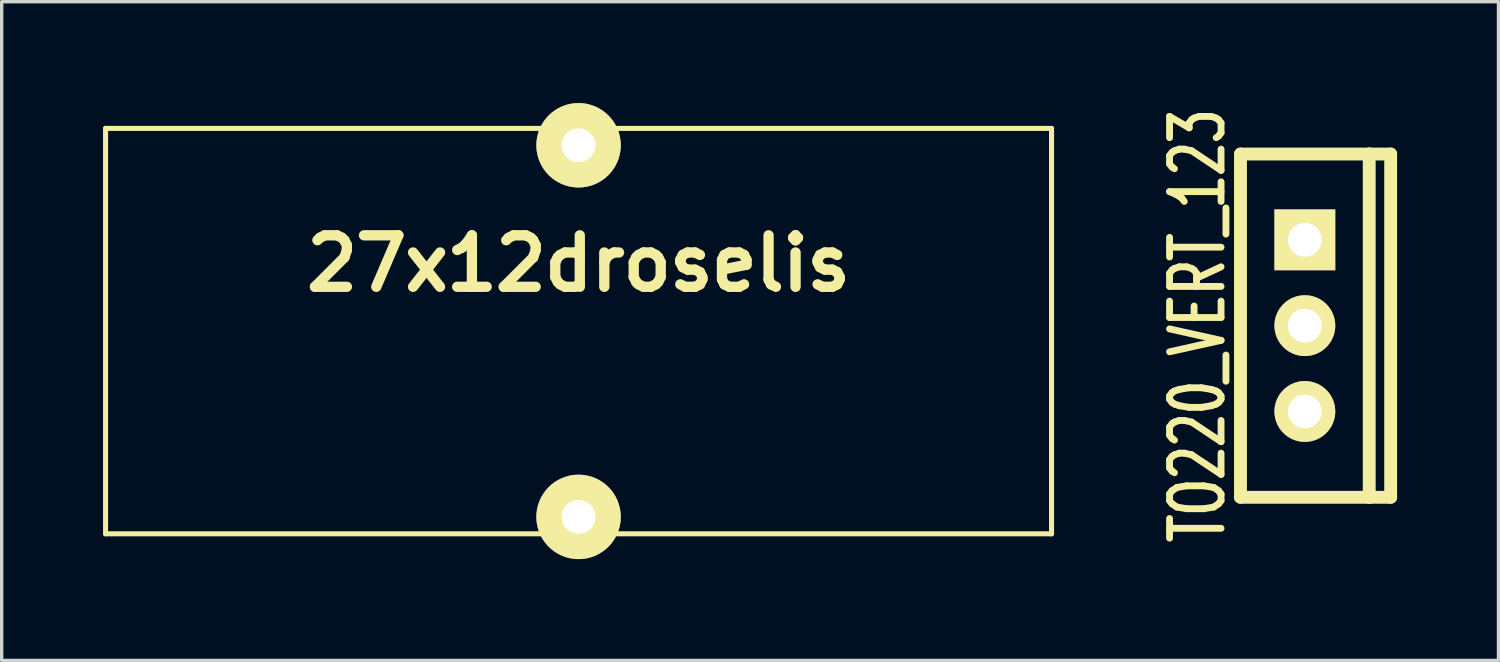
<source format=kicad_pcb>
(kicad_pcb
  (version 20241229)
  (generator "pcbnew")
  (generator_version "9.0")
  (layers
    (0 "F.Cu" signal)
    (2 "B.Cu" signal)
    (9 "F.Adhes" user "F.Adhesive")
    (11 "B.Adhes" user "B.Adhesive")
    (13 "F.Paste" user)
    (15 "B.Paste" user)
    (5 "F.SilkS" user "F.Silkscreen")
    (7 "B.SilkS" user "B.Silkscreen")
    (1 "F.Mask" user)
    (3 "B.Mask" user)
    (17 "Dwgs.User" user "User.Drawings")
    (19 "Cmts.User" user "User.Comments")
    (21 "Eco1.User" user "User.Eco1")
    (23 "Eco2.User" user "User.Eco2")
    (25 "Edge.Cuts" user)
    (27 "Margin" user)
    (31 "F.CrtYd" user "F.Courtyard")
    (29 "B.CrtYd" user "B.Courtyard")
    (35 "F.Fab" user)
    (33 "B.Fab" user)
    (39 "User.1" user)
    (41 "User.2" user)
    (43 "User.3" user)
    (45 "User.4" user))
  (footprint "27x12droselis"
    (layer "F.Cu")
    (at 14.075 6.75)
    (property "Reference" "27x12droselis" (at 0 -2 0) (layer "F.SilkS") (effects (font (size 1.524 1.524) (thickness 0.305))))
    (attr through_hole)
    (fp_line (start -14 -6) (end 0 -6) (stroke (width 0.15) (type solid)) (layer "F.SilkS"))
    (fp_line (start -14 6) (end -14 -6) (stroke (width 0.15) (type solid)) (layer "F.SilkS"))
    (fp_line (start 0 -6) (end 14 -6) (stroke (width 0.15) (type solid)) (layer "F.SilkS"))
    (fp_line (start 14 -6) (end 14 6) (stroke (width 0.15) (type solid)) (layer "F.SilkS"))
    (fp_line (start 14 6) (end -14 6) (stroke (width 0.15) (type solid)) (layer "F.SilkS"))
    (pad "1" thru_hole circle (at 0 5.5) (size 2.499 2.499) (drill 1.001) (layers "*.Cu" "*.Mask" "F.SilkS"))
    (pad "2" thru_hole circle (at 0 -5.5) (size 2.499 2.499) (drill 1.001) (layers "*.Cu" "*.Mask" "F.SilkS")))
  (footprint "TO220_VERT_123"
    (layer "F.Cu")
    (at 35.573 6.589)
    (property "Reference" "TO220_VERT_123" (at -3.175 0 90) (layer "F.SilkS") (effects (font (size 1.524 1.016) (thickness 0.203))))
    (attr through_hole)
    (fp_line (start -1.905 -5.08) (end 1.905 -5.08) (stroke (width 0.381) (type solid)) (layer "F.SilkS"))
    (fp_line (start -1.905 5.08) (end -1.905 -5.08) (stroke (width 0.381) (type solid)) (layer "F.SilkS"))
    (fp_line (start 1.905 -5.08) (end 1.905 5.08) (stroke (width 0.381) (type solid)) (layer "F.SilkS"))
    (fp_line (start 1.905 -5.08) (end 2.54 -5.08) (stroke (width 0.381) (type solid)) (layer "F.SilkS"))
    (fp_line (start 1.905 5.08) (end -1.905 5.08) (stroke (width 0.381) (type solid)) (layer "F.SilkS"))
    (fp_line (start 2.54 -5.08) (end 2.54 5.08) (stroke (width 0.381) (type solid)) (layer "F.SilkS"))
    (fp_line (start 2.54 5.08) (end 1.905 5.08) (stroke (width 0.381) (type solid)) (layer "F.SilkS"))
    (pad "1" thru_hole rect (at 0 -2.54) (size 1.8 1.8) (drill 1) (layers "*.Cu" "*.Mask" "F.SilkS"))
    (pad "2" thru_hole circle (at 0 0) (size 1.8 1.8) (drill 1) (layers "*.Cu" "*.Mask" "F.SilkS"))
    (pad "3" thru_hole circle (at 0 2.54) (size 1.8 1.8) (drill 1) (layers "*.Cu" "*.Mask" "F.SilkS")))
  (gr_rect
    (start -3 -3)
    (end 41.304 16.499)
    (stroke (width 0.1) (type default))
    (fill no)
    (layer "Edge.Cuts")))
</source>
